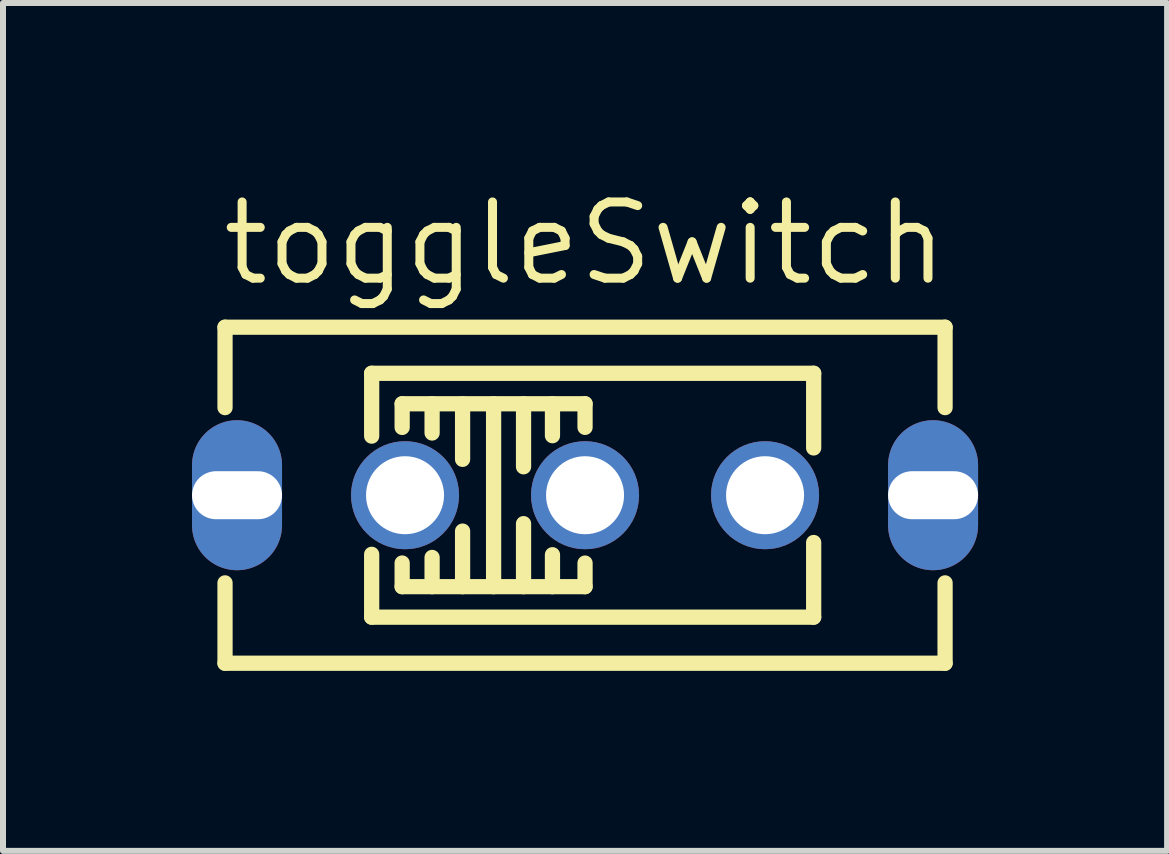
<source format=kicad_pcb>
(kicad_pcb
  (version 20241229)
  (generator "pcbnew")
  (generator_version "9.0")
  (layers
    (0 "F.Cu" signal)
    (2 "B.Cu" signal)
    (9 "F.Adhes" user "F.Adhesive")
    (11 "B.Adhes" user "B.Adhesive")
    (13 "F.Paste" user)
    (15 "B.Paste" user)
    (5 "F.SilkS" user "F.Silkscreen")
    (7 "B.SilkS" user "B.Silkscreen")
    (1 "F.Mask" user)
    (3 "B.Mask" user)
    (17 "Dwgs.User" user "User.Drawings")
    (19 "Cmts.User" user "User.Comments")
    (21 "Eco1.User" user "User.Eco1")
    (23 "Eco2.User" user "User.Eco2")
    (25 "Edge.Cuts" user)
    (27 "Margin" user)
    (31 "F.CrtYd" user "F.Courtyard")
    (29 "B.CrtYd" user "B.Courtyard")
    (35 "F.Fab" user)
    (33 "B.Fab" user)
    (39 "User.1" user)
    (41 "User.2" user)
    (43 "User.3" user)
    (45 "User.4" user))
  (footprint "toggleSwitch"
    (layer "F.Cu")
    (at 6.7 5.203)
    (property "Reference" "toggleSwitch" (at 0 -4.197 0) (layer "F.SilkS") (effects (font (size 1.27 1.27) (thickness 0.15))))
    (attr through_hole)
    (fp_line (start -6 -2.8) (end -6 -1.46) (stroke (width 0.254) (type solid)) (layer "F.SilkS"))
    (fp_line (start -6 -2.8) (end 6 -2.8) (stroke (width 0.254) (type solid)) (layer "F.SilkS"))
    (fp_line (start -6 1.461) (end -6 2.8) (stroke (width 0.254) (type solid)) (layer "F.SilkS"))
    (fp_line (start -3.556 -2.032) (end 3.81 -2.032) (stroke (width 0.254) (type solid)) (layer "F.SilkS"))
    (fp_line (start -3.556 -0.985) (end -3.556 -2.032) (stroke (width 0.254) (type solid)) (layer "F.SilkS"))
    (fp_line (start -3.556 2.032) (end -3.556 0.985) (stroke (width 0.254) (type solid)) (layer "F.SilkS"))
    (fp_line (start -3.048 -1.524) (end 0 -1.524) (stroke (width 0.254) (type solid)) (layer "F.SilkS"))
    (fp_line (start -3.048 -1.13) (end -3.048 -1.524) (stroke (width 0.254) (type solid)) (layer "F.SilkS"))
    (fp_line (start -3.048 1.524) (end -3.048 1.13) (stroke (width 0.254) (type solid)) (layer "F.SilkS"))
    (fp_line (start -2.549 -1.524) (end -2.549 -1.037) (stroke (width 0.254) (type solid)) (layer "F.SilkS"))
    (fp_line (start -2.549 1.037) (end -2.549 1.524) (stroke (width 0.254) (type solid)) (layer "F.SilkS"))
    (fp_line (start -2.041 -0.598) (end -2.041 -1.524) (stroke (width 0.254) (type solid)) (layer "F.SilkS"))
    (fp_line (start -2.041 1.524) (end -2.041 0.598) (stroke (width 0.254) (type solid)) (layer "F.SilkS"))
    (fp_line (start -1.524 -1.524) (end -1.524 1.524) (stroke (width 0.254) (type solid)) (layer "F.SilkS"))
    (fp_line (start -1.025 -0.474) (end -1.025 -1.524) (stroke (width 0.254) (type solid)) (layer "F.SilkS"))
    (fp_line (start -1.025 1.524) (end -1.025 0.474) (stroke (width 0.254) (type solid)) (layer "F.SilkS"))
    (fp_line (start -0.543 -1.524) (end -0.543 -0.992) (stroke (width 0.254) (type solid)) (layer "F.SilkS"))
    (fp_line (start -0.543 0.992) (end -0.543 1.524) (stroke (width 0.254) (type solid)) (layer "F.SilkS"))
    (fp_line (start 0 -1.131) (end 0 -1.524) (stroke (width 0.254) (type solid)) (layer "F.SilkS"))
    (fp_line (start 0 1.524) (end -3.048 1.524) (stroke (width 0.254) (type solid)) (layer "F.SilkS"))
    (fp_line (start 0 1.524) (end 0 1.131) (stroke (width 0.254) (type solid)) (layer "F.SilkS"))
    (fp_line (start 3.81 -2.032) (end 3.81 -0.788) (stroke (width 0.254) (type solid)) (layer "F.SilkS"))
    (fp_line (start 3.81 0.788) (end 3.81 2.032) (stroke (width 0.254) (type solid)) (layer "F.SilkS"))
    (fp_line (start 3.81 2.032) (end -3.556 2.032) (stroke (width 0.254) (type solid)) (layer "F.SilkS"))
    (fp_line (start 6 -2.8) (end 6 -1.46) (stroke (width 0.254) (type solid)) (layer "F.SilkS"))
    (fp_line (start 6 1.461) (end 6 2.8) (stroke (width 0.254) (type solid)) (layer "F.SilkS"))
    (fp_line (start 6 2.8) (end -6 2.8) (stroke (width 0.254) (type solid)) (layer "F.SilkS"))
    (fp_text user "-" (at 0 0 0) (layer "Cmts.User") (effects (font (size 1 1) (thickness 0.15))))
    (pad "1" thru_hole circle (at -3 0) (size 1.8 1.8) (drill 1.3) (layers "*.Cu" "*.Paste" "*.Mask"))
    (pad "2" thru_hole circle (at 0 0) (size 1.8 1.8) (drill 1.3) (layers "*.Cu" "*.Paste" "*.Mask"))
    (pad "3" thru_hole circle (at 3 0) (size 1.8 1.8) (drill 1.3) (layers "*.Cu" "*.Paste" "*.Mask"))
    (pad "4" thru_hole oval (at 5.8 0 90) (size 2.5 1.5) (drill oval 0.8 1.8) (layers "*.Cu" "*.Paste" "*.Mask"))
    (pad "5" thru_hole oval (at -5.8 0 90) (size 2.5 1.5) (drill oval 0.8 1.8) (layers "*.Cu" "*.Paste" "*.Mask")))
  (gr_rect
    (start -3 -3)
    (end 16.4 11.13)
    (stroke (width 0.1) (type default))
    (fill no)
    (layer "Edge.Cuts")))
</source>
